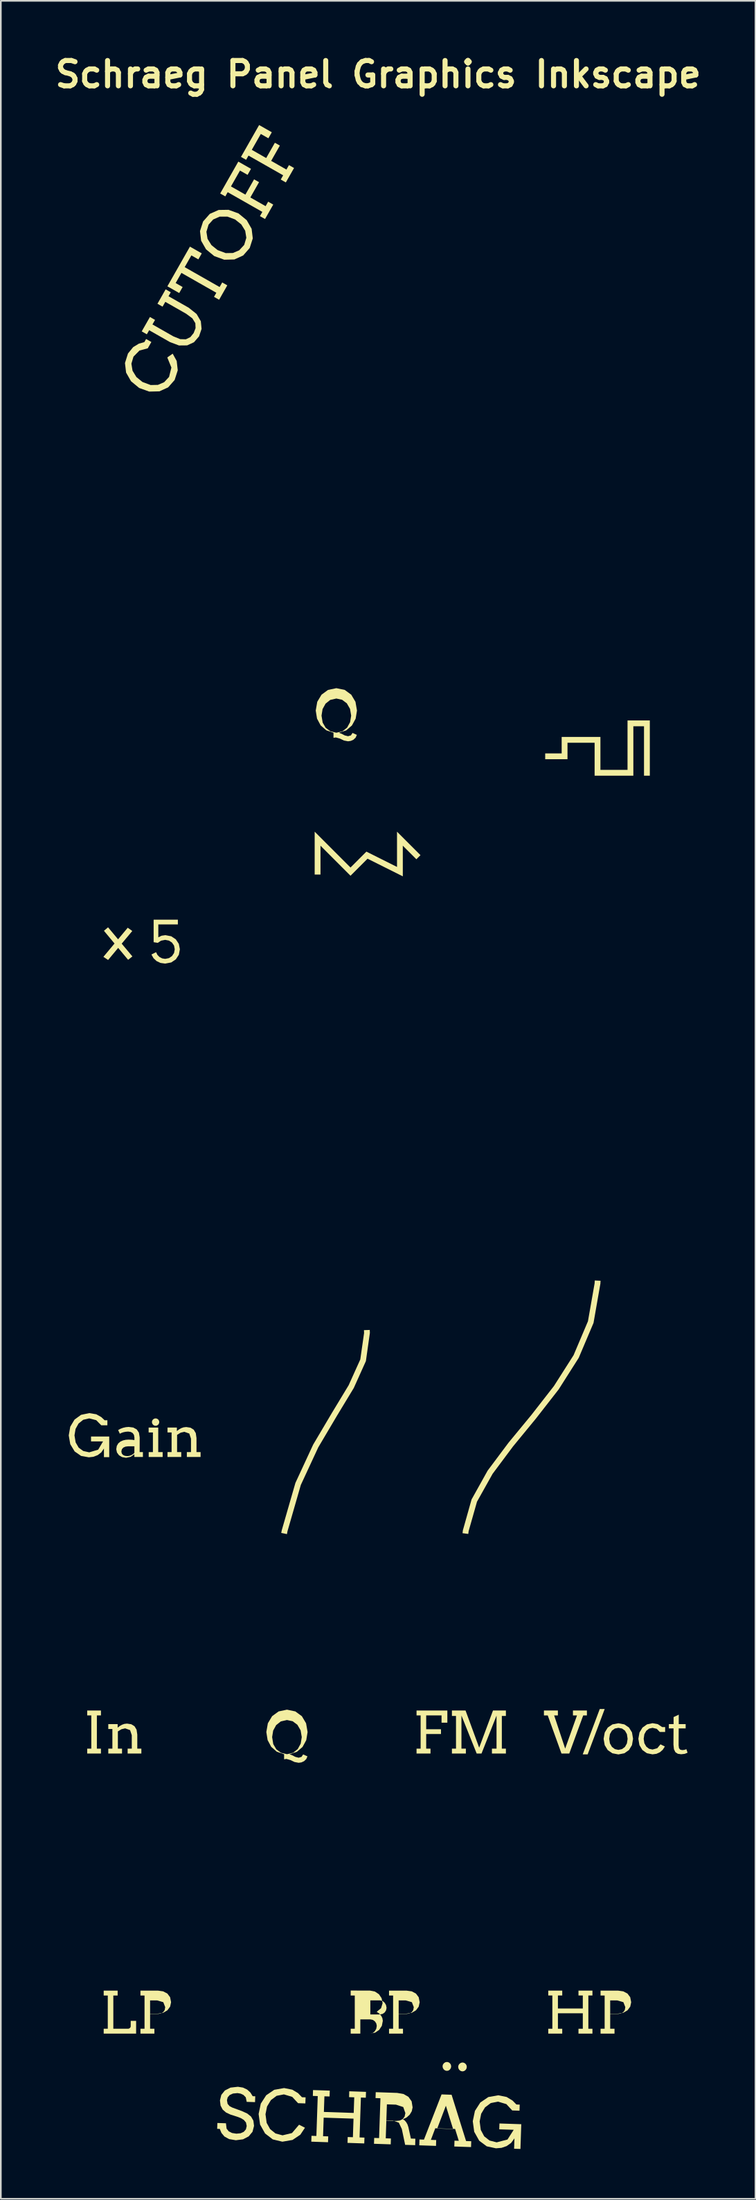
<source format=kicad_pcb>
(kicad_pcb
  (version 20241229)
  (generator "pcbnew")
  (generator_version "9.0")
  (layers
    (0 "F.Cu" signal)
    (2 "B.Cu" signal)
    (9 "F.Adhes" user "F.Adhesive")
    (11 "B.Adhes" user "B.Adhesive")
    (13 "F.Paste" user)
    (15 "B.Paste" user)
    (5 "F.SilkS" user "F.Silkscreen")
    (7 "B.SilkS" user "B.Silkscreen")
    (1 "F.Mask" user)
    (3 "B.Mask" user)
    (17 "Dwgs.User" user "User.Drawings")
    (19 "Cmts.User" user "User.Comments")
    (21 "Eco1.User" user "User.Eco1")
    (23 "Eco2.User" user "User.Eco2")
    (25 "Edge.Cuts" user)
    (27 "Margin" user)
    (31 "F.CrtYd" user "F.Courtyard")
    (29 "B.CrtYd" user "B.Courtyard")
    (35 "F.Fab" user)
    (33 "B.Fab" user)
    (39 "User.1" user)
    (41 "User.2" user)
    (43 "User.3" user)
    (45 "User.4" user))
  (footprint "Schraeg Panel Graphics Inkscape"
    (layer "F.Cu")
    (at 19.718 65.367)
    (property "Reference" "Schraeg Panel Graphics Inkscape" (at 0 -63.941 0) (layer "F.SilkS") (effects (font (size 1.524 1.524) (thickness 0.305))))
    (attr smd)
    (fp_poly (pts (xy 13.342 34.42) (xy 13.639 34.42) (xy 13.127 35.785) (xy 12.614 37.149) (xy 12.317 37.149) (xy 13.342 34.42)) (stroke (width 0) (type solid)) (fill yes) (layer "F.SilkS"))
    (fp_poly (pts (xy -17.517 34.511) (xy -16.69 34.511) (xy -16.69 34.806) (xy -16.936 34.806) (xy -16.936 36.806) (xy -16.69 36.806) (xy -16.69 37.1) (xy -17.517 37.1) (xy -17.517 36.806) (xy -17.271 36.806) (xy -17.271 34.806) (xy -17.517 34.806) (xy -17.517 34.511)) (stroke (width 0) (type solid)) (fill yes) (layer "F.SilkS"))
    (fp_poly (pts (xy -15.873 -11.642) (xy -16.51 -12.407) (xy -16.262 -12.617) (xy -15.659 -11.896) (xy -15.077 -12.593) (xy -14.804 -12.396) (xy -15.441 -11.633) (xy -14.797 -10.865) (xy -15.055 -10.661) (xy -15.653 -11.379) (xy -16.259 -10.651) (xy -16.542 -10.841) (xy -15.873 -11.642)) (stroke (width 0) (type solid)) (fill yes) (layer "F.SilkS"))
    (fp_poly (pts (xy 11.728 34.511) (xy 12.568 34.511) (xy 12.568 34.806) (xy 12.345 34.806) (xy 11.506 37.1) (xy 11.037 37.1) (xy 10.21 34.806) (xy 9.981 34.806) (xy 9.981 34.511) (xy 10.821 34.511) (xy 10.821 34.806) (xy 10.596 34.806) (xy 11.26 36.803) (xy 11.972 34.806) (xy 11.728 34.806) (xy 11.728 34.511)) (stroke (width 0) (type solid)) (fill yes) (layer "F.SilkS"))
    (fp_poly (pts (xy -9.883 -50.554) (xy -9.743 -50.8) (xy -11.845 -51.996) (xy -12.192 -51.385) (xy -11.772 -51.146) (xy -11.978 -50.784) (xy -12.69 -51.189) (xy -12.011 -52.383) (xy -11.332 -53.576) (xy -10.62 -53.17) (xy -10.826 -52.809) (xy -11.246 -53.048) (xy -11.648 -52.342) (xy -9.546 -51.146) (xy -9.389 -51.421) (xy -9.083 -51.247) (xy -9.576 -50.38) (xy -9.883 -50.554)) (stroke (width 0) (type solid)) (fill yes) (layer "F.SilkS"))
    (fp_poly (pts (xy -16.525 51.365) (xy -15.685 51.365) (xy -15.685 51.66) (xy -15.945 51.66) (xy -15.945 53.66) (xy -15.051 53.66) (xy -14.997 53.647) (xy -14.947 53.614) (xy -14.911 53.567) (xy -14.898 53.513) (xy -14.898 53.187) (xy -14.573 53.187) (xy -14.573 53.953) (xy -16.525 53.953) (xy -16.525 53.66) (xy -16.279 53.66) (xy -16.279 51.66) (xy -16.525 51.66) (xy -16.525 51.365)) (stroke (width 0) (type solid)) (fill yes) (layer "F.SilkS"))
    (fp_poly (pts (xy -9.511 -56.775) (xy -8.42 -58.692) (xy -7.656 -58.257) (xy -7.862 -57.895) (xy -8.318 -58.154) (xy -8.862 -57.199) (xy -7.994 -56.706) (xy -7.471 -57.625) (xy -7.172 -57.455) (xy -7.695 -56.535) (xy -6.776 -56.012) (xy -6.623 -56.281) (xy -6.317 -56.106) (xy -6.811 -55.238) (xy -7.118 -55.412) (xy -6.973 -55.666) (xy -9.059 -56.853) (xy -9.203 -56.599) (xy -9.511 -56.775)) (stroke (width 0) (type solid)) (fill yes) (layer "F.SilkS"))
    (fp_poly (pts (xy -8.259 -58.976) (xy -7.167 -60.893) (xy -6.403 -60.458) (xy -6.609 -60.096) (xy -7.065 -60.356) (xy -7.609 -59.401) (xy -6.742 -58.907) (xy -6.218 -59.827) (xy -5.919 -59.657) (xy -6.442 -58.737) (xy -5.523 -58.214) (xy -5.371 -58.482) (xy -5.064 -58.308) (xy -5.559 -57.439) (xy -5.865 -57.614) (xy -5.72 -57.868) (xy -7.806 -59.055) (xy -7.95 -58.801) (xy -8.259 -58.976)) (stroke (width 0) (type solid)) (fill yes) (layer "F.SilkS"))
    (fp_poly (pts (xy -3.822 -18.372) (xy -3.822 -15.968) (xy -3.822 -15.793) (xy -3.472 -15.793) (xy -3.472 -15.968) (xy -3.472 -17.528) (xy -1.665 -15.72) (xy -0.639 -16.746) (xy 1.484 -15.685) (xy 1.484 -17.528) (xy 2.178 -16.835) (xy 2.301 -16.711) (xy 2.549 -16.959) (xy 2.425 -17.082) (xy 1.135 -18.372) (xy 1.135 -16.25) (xy -0.708 -17.172) (xy -1.665 -16.215) (xy -3.822 -18.372)) (stroke (width 0) (type solid)) (fill yes) (layer "F.SilkS"))
    (fp_poly (pts (xy -0.506 11.61) (xy -0.854 11.623) (xy -0.848 11.799) (xy -1.076 13.386) (xy -1.776 14.936) (xy -2.781 16.596) (xy -3.913 18.509) (xy -4.982 20.815) (xy -5.801 23.654) (xy -5.836 23.826) (xy -5.492 23.895) (xy -5.459 23.723) (xy -4.657 20.94) (xy -3.606 18.676) (xy -2.484 16.781) (xy -1.466 15.101) (xy -0.738 13.484) (xy -0.498 11.785) (xy -0.506 11.61)) (stroke (width 0) (type solid)) (fill yes) (layer "F.SilkS"))
    (fp_poly (pts (xy 2.311 34.511) (xy 4.166 34.511) (xy 4.166 35.243) (xy 3.816 35.243) (xy 3.816 34.806) (xy 2.892 34.806) (xy 2.892 35.638) (xy 3.782 35.638) (xy 3.782 35.925) (xy 2.892 35.925) (xy 2.892 36.806) (xy 3.151 36.806) (xy 3.151 37.1) (xy 2.311 37.1) (xy 2.311 36.806) (xy 2.557 36.806) (xy 2.557 34.806) (xy 2.311 34.806) (xy 2.311 34.511)) (stroke (width 0) (type solid)) (fill yes) (layer "F.SilkS"))
    (fp_poly (pts (xy 13.041 8.635) (xy 13.031 8.809) (xy 12.631 11.088) (xy 11.766 13.128) (xy 10.582 14.986) (xy 9.226 16.725) (xy 7.844 18.401) (xy 6.591 20.076) (xy 5.624 21.81) (xy 5.101 23.666) (xy 5.08 23.84) (xy 5.425 23.885) (xy 5.449 23.711) (xy 5.95 21.947) (xy 6.89 20.269) (xy 8.12 18.621) (xy 9.496 16.947) (xy 10.867 15.19) (xy 12.076 13.289) (xy 12.967 11.187) (xy 13.38 8.826) (xy 13.39 8.651) (xy 13.041 8.635)) (stroke (width 0) (type solid)) (fill yes) (layer "F.SilkS"))
    (fp_poly (pts (xy 18.098 35.331) (xy 18.513 35.331) (xy 18.513 35.588) (xy 18.095 35.588) (xy 18.09 36.61) (xy 18.113 36.779) (xy 18.19 36.868) (xy 18.31 36.893) (xy 18.436 36.88) (xy 18.556 36.837) (xy 18.629 37.05) (xy 18.457 37.118) (xy 18.243 37.143) (xy 18.041 37.114) (xy 17.896 37.02) (xy 17.808 36.841) (xy 17.779 36.562) (xy 17.784 35.588) (xy 17.502 35.588) (xy 17.502 35.331) (xy 17.787 35.331) (xy 17.787 34.907) (xy 18.098 34.76) (xy 18.098 35.331)) (stroke (width 0) (type solid)) (fill yes) (layer "F.SilkS"))
    (fp_poly (pts (xy 15.014 -25.065) (xy 15.014 -22.091) (xy 13.382 -22.091) (xy 13.382 -24.073) (xy 12.215 -24.073) (xy 11.049 -24.073) (xy 11.049 -23.082) (xy 10.232 -23.082) (xy 10.057 -23.082) (xy 10.057 -22.732) (xy 10.232 -22.732) (xy 11.399 -22.732) (xy 11.399 -23.723) (xy 12.215 -23.723) (xy 13.032 -23.723) (xy 13.032 -21.741) (xy 15.364 -21.741) (xy 15.364 -24.715) (xy 16.006 -24.715) (xy 16.006 -21.916) (xy 16.006 -21.741) (xy 16.356 -21.741) (xy 16.356 -21.916) (xy 16.356 -25.065) (xy 15.014 -25.065)) (stroke (width 0) (type solid)) (fill yes) (layer "F.SilkS"))
    (fp_poly (pts (xy 4.441 36.806) (xy 4.687 36.806) (xy 4.687 34.837) (xy 4.441 34.837) (xy 4.441 34.511) (xy 5.261 34.511) (xy 6.082 36.746) (xy 6.914 34.511) (xy 7.691 34.511) (xy 7.691 34.837) (xy 7.446 34.837) (xy 7.446 36.806) (xy 7.691 36.806) (xy 7.691 37.1) (xy 6.85 37.1) (xy 6.85 36.806) (xy 7.127 36.806) (xy 7.127 34.818) (xy 6.222 37.1) (xy 5.932 37.1) (xy 5.015 34.813) (xy 5.015 36.806) (xy 5.281 36.806) (xy 5.281 37.1) (xy 4.441 37.1) (xy 4.441 36.806)) (stroke (width 0) (type solid)) (fill yes) (layer "F.SilkS"))
    (fp_poly (pts (xy -13.819 17.485) (xy -13.622 17.152) (xy -13.604 17.068) (xy -13.556 16.998) (xy -13.486 16.95) (xy -13.398 16.932) (xy -13.314 16.95) (xy -13.244 16.998) (xy -13.196 17.068) (xy -13.178 17.152) (xy -13.196 17.24) (xy -13.244 17.312) (xy -13.314 17.362) (xy -13.398 17.38) (xy -13.486 17.362) (xy -13.556 17.312) (xy -13.604 17.24) (xy -13.622 17.152) (xy -13.819 17.485) (xy -13.241 17.485) (xy -13.241 18.961) (xy -12.975 18.961) (xy -12.975 19.255) (xy -13.815 19.255) (xy -13.815 18.961) (xy -13.562 18.961) (xy -13.562 17.779) (xy -13.819 17.779) (xy -13.819 17.485)) (stroke (width 0) (type solid)) (fill yes) (layer "F.SilkS"))
    (fp_poly (pts (xy -1.74 57.423) (xy -0.732 57.458) (xy -0.744 57.81) (xy -1.039 57.8) (xy -1.12 60.2) (xy -0.825 60.21) (xy -0.837 60.562) (xy -1.845 60.528) (xy -1.833 60.176) (xy -1.521 60.187) (xy -1.484 59.07) (xy -3.28 59.01) (xy -3.317 60.126) (xy -3.006 60.136) (xy -3.018 60.489) (xy -4.026 60.455) (xy -4.014 60.102) (xy -3.719 60.112) (xy -3.638 57.712) (xy -3.933 57.702) (xy -3.921 57.35) (xy -2.913 57.384) (xy -2.925 57.736) (xy -3.236 57.726) (xy -3.268 58.666) (xy -1.472 58.726) (xy -1.44 57.786) (xy -1.751 57.776) (xy -1.74 57.423)) (stroke (width 0) (type solid)) (fill yes) (layer "F.SilkS"))
    (fp_poly (pts (xy 12.061 51.365) (xy 12.901 51.365) (xy 12.901 51.658) (xy 12.655 51.658) (xy 12.655 53.66) (xy 12.901 53.66) (xy 12.901 53.953) (xy 12.061 53.953) (xy 12.061 53.66) (xy 12.321 53.66) (xy 12.321 52.729) (xy 10.823 52.729) (xy 10.823 53.66) (xy 11.083 53.66) (xy 11.083 53.953) (xy 10.242 53.953) (xy 10.242 53.66) (xy 10.488 53.66) (xy 10.488 51.658) (xy 10.242 51.658) (xy 10.242 51.365) (xy 11.083 51.365) (xy 11.083 51.658) (xy 10.823 51.658) (xy 10.823 52.442) (xy 12.321 52.442) (xy 12.321 51.658) (xy 12.061 51.658) (xy 12.061 51.365)) (stroke (width 0) (type solid)) (fill yes) (layer "F.SilkS"))
    (fp_poly (pts (xy -14.312 51.365) (xy -13.731 51.955) (xy -13.731 52.77) (xy -13.265 52.77) (xy -13.087 52.743) (xy -12.947 52.666) (xy -12.854 52.538) (xy -12.821 52.36) (xy -12.937 52.062) (xy -13.308 51.955) (xy -13.731 51.955) (xy -14.312 51.365) (xy -13.265 51.365) (xy -12.945 51.41) (xy -12.692 51.543) (xy -12.527 51.762) (xy -12.468 52.065) (xy -12.526 52.332) (xy -12.69 52.551) (xy -12.943 52.7) (xy -13.272 52.755) (xy -13.731 52.755) (xy -13.731 53.66) (xy -13.472 53.66) (xy -13.472 53.953) (xy -14.312 53.953) (xy -14.312 53.66) (xy -14.066 53.66) (xy -14.066 51.66) (xy -14.312 51.66) (xy -14.312 51.365)) (stroke (width 0) (type solid)) (fill yes) (layer "F.SilkS"))
    (fp_poly (pts (xy -14.235 -48.476) (xy -13.741 -49.343) (xy -13.433 -49.167) (xy -13.589 -48.894) (xy -12.332 -48.178) (xy -11.917 -48.009) (xy -11.578 -48) (xy -11.31 -48.129) (xy -11.111 -48.372) (xy -10.993 -48.674) (xy -11.007 -48.97) (xy -11.185 -49.259) (xy -11.558 -49.537) (xy -12.815 -50.253) (xy -12.98 -49.964) (xy -13.288 -50.139) (xy -12.795 -51.006) (xy -12.487 -50.83) (xy -12.622 -50.592) (xy -11.404 -49.899) (xy -10.932 -49.523) (xy -10.677 -49.088) (xy -10.632 -48.627) (xy -10.784 -48.176) (xy -11.088 -47.824) (xy -11.5 -47.634) (xy -11.992 -47.629) (xy -12.537 -47.834) (xy -13.787 -48.546) (xy -13.927 -48.301) (xy -14.235 -48.476)) (stroke (width 0) (type solid)) (fill yes) (layer "F.SilkS"))
    (fp_poly (pts (xy -13.871 -47.458) (xy -14.368 -47.326) (xy -14.731 -46.957) (xy -14.857 -46.533) (xy -14.788 -46.109) (xy -14.555 -45.728) (xy -14.186 -45.429) (xy -13.696 -45.248) (xy -13.262 -45.257) (xy -12.885 -45.418) (xy -12.589 -45.737) (xy -12.449 -46.3) (xy -12.696 -46.908) (xy -12.371 -47.135) (xy -12.129 -46.696) (xy -12.066 -46.135) (xy -12.254 -45.551) (xy -12.644 -45.108) (xy -13.173 -44.868) (xy -13.785 -44.854) (xy -14.389 -45.072) (xy -14.88 -45.477) (xy -15.176 -45.996) (xy -15.244 -46.572) (xy -15.063 -47.145) (xy -14.751 -47.529) (xy -14.411 -47.736) (xy -14.078 -47.831) (xy -13.972 -48.018) (xy -13.655 -47.838) (xy -13.871 -47.458)) (stroke (width 0) (type solid)) (fill yes) (layer "F.SilkS"))
    (fp_poly (pts (xy -4.823 58.139) (xy -5.174 57.76) (xy -5.674 57.61) (xy -6.112 57.696) (xy -6.458 57.954) (xy -6.689 58.338) (xy -6.783 58.803) (xy -6.714 59.321) (xy -6.503 59.701) (xy -6.182 59.96) (xy -5.758 60.074) (xy -5.189 59.937) (xy -4.762 59.435) (xy -4.407 59.617) (xy -4.686 60.036) (xy -5.157 60.352) (xy -5.767 60.457) (xy -6.346 60.318) (xy -6.809 59.961) (xy -7.109 59.426) (xy -7.197 58.789) (xy -7.066 58.166) (xy -6.741 57.663) (xy -6.259 57.335) (xy -5.662 57.229) (xy -5.173 57.327) (xy -4.828 57.531) (xy -4.587 57.782) (xy -4.37 57.789) (xy -4.383 58.154) (xy -4.823 58.139)) (stroke (width 0) (type solid)) (fill yes) (layer "F.SilkS"))
    (fp_poly (pts (xy 0.655 51.365) (xy 1.235 51.955) (xy 1.235 52.77) (xy 1.701 52.77) (xy 1.88 52.743) (xy 2.02 52.666) (xy 2.112 52.538) (xy 2.145 52.36) (xy 2.029 52.062) (xy 1.659 51.955) (xy 1.235 51.955) (xy 0.655 51.365) (xy 1.701 51.365) (xy 2.022 51.41) (xy 2.274 51.543) (xy 2.44 51.762) (xy 2.499 52.065) (xy 2.441 52.332) (xy 2.277 52.551) (xy 2.023 52.7) (xy 1.695 52.755) (xy 1.235 52.755) (xy 1.235 53.66) (xy 1.495 53.66) (xy 1.495 53.953) (xy 0.655 53.953) (xy 0.655 53.66) (xy 0.9 53.66) (xy 0.9 51.66) (xy 0.655 51.66) (xy 0.655 51.365)) (stroke (width 0) (type solid)) (fill yes) (layer "F.SilkS"))
    (fp_poly (pts (xy 13.39 51.365) (xy 13.97 51.955) (xy 13.97 52.77) (xy 14.437 52.77) (xy 14.615 52.743) (xy 14.755 52.666) (xy 14.847 52.538) (xy 14.881 52.36) (xy 14.764 52.062) (xy 14.394 51.955) (xy 13.97 51.955) (xy 13.39 51.365) (xy 14.437 51.365) (xy 14.757 51.41) (xy 15.01 51.543) (xy 15.175 51.762) (xy 15.234 52.065) (xy 15.176 52.332) (xy 15.012 52.551) (xy 14.758 52.7) (xy 14.43 52.755) (xy 13.97 52.755) (xy 13.97 53.66) (xy 14.23 53.66) (xy 14.23 53.953) (xy 13.39 53.953) (xy 13.39 53.66) (xy 13.636 53.66) (xy 13.636 51.66) (xy 13.39 51.66) (xy 13.39 51.365)) (stroke (width 0) (type solid)) (fill yes) (layer "F.SilkS"))
    (fp_poly (pts (xy 16.957 35.802) (xy 16.775 35.614) (xy 16.52 35.554) (xy 16.312 35.6) (xy 16.142 35.732) (xy 16.027 35.939) (xy 15.986 36.212) (xy 16.027 36.48) (xy 16.143 36.684) (xy 16.313 36.814) (xy 16.52 36.859) (xy 16.805 36.78) (xy 16.998 36.546) (xy 17.261 36.676) (xy 17.135 36.873) (xy 16.965 37.021) (xy 16.757 37.116) (xy 16.517 37.149) (xy 16.176 37.08) (xy 15.906 36.886) (xy 15.729 36.589) (xy 15.666 36.212) (xy 15.733 35.834) (xy 15.915 35.538) (xy 16.187 35.344) (xy 16.52 35.274) (xy 16.837 35.332) (xy 17.099 35.508) (xy 17.278 35.508) (xy 17.278 35.802) (xy 16.957 35.802)) (stroke (width 0) (type solid)) (fill yes) (layer "F.SilkS"))
    (fp_poly (pts (xy -15.083 36.806) (xy -14.834 36.806) (xy -14.834 35.998) (xy -14.937 35.69) (xy -15.233 35.585) (xy -15.457 35.638) (xy -15.671 35.769) (xy -15.671 36.806) (xy -15.421 36.806) (xy -15.421 37.1) (xy -16.248 37.1) (xy -16.248 36.806) (xy -16.002 36.806) (xy -16.002 35.624) (xy -16.248 35.624) (xy -16.248 35.331) (xy -15.684 35.331) (xy -15.684 35.539) (xy -15.681 35.539) (xy -15.56 35.445) (xy -15.426 35.368) (xy -15.28 35.317) (xy -15.121 35.298) (xy -14.865 35.337) (xy -14.67 35.457) (xy -14.546 35.663) (xy -14.502 35.959) (xy -14.502 36.806) (xy -14.257 36.806) (xy -14.257 37.1) (xy -15.083 37.1) (xy -15.083 36.806)) (stroke (width 0) (type solid)) (fill yes) (layer "F.SilkS"))
    (fp_poly (pts (xy -11.518 18.961) (xy -11.269 18.961) (xy -11.269 18.153) (xy -11.372 17.845) (xy -11.669 17.74) (xy -11.892 17.793) (xy -12.106 17.924) (xy -12.106 18.961) (xy -11.856 18.961) (xy -11.856 19.255) (xy -12.683 19.255) (xy -12.683 18.961) (xy -12.437 18.961) (xy -12.437 17.779) (xy -12.683 17.779) (xy -12.683 17.485) (xy -12.119 17.485) (xy -12.119 17.694) (xy -12.116 17.694) (xy -11.996 17.6) (xy -11.862 17.523) (xy -11.716 17.472) (xy -11.556 17.453) (xy -11.3 17.492) (xy -11.105 17.612) (xy -10.981 17.818) (xy -10.938 18.114) (xy -10.938 18.961) (xy -10.692 18.961) (xy -10.692 19.255) (xy -11.518 19.255) (xy -11.518 18.961)) (stroke (width 0) (type solid)) (fill yes) (layer "F.SilkS"))
    (fp_poly (pts (xy -13.236 -12.014) (xy -13.04 -12.112) (xy -12.809 -12.145) (xy -12.457 -12.077) (xy -12.182 -11.893) (xy -12.002 -11.622) (xy -11.938 -11.295) (xy -12.001 -10.964) (xy -12.181 -10.69) (xy -12.46 -10.503) (xy -12.823 -10.434) (xy -13.106 -10.474) (xy -13.344 -10.587) (xy -13.527 -10.76) (xy -13.651 -10.981) (xy -13.371 -11.121) (xy -13.291 -10.959) (xy -13.166 -10.831) (xy -13.007 -10.748) (xy -12.823 -10.718) (xy -12.595 -10.763) (xy -12.412 -10.887) (xy -12.29 -11.07) (xy -12.246 -11.295) (xy -12.29 -11.519) (xy -12.413 -11.699) (xy -12.597 -11.818) (xy -12.823 -11.862) (xy -13.075 -11.813) (xy -13.267 -11.682) (xy -13.518 -11.722) (xy -13.518 -13.076) (xy -12.059 -13.076) (xy -12.059 -12.792) (xy -13.236 -12.792) (xy -13.236 -12.014)) (stroke (width 0) (type solid)) (fill yes) (layer "F.SilkS"))
    (fp_poly (pts (xy -16.51 19.265) (xy -16.51 18.746) (xy -16.672 18.981) (xy -16.889 19.145) (xy -17.144 19.243) (xy -17.42 19.275) (xy -17.886 19.191) (xy -18.273 18.922) (xy -18.538 18.485) (xy -18.629 17.957) (xy -18.538 17.434) (xy -18.282 17.006) (xy -17.889 16.719) (xy -17.395 16.615) (xy -16.972 16.685) (xy -16.67 16.854) (xy -16.469 17.045) (xy -16.303 17.045) (xy -16.303 17.349) (xy -16.67 17.349) (xy -16.974 17.041) (xy -17.396 16.932) (xy -17.757 17.016) (xy -18.037 17.241) (xy -18.219 17.567) (xy -18.284 17.957) (xy -18.213 18.379) (xy -18.03 18.695) (xy -17.756 18.895) (xy -17.395 18.975) (xy -16.857 18.815) (xy -16.563 18.317) (xy -17.287 18.317) (xy -17.287 18.023) (xy -16.192 18.023) (xy -16.192 19.265) (xy -16.51 19.265)) (stroke (width 0) (type solid)) (fill yes) (layer "F.SilkS"))
    (fp_poly (pts (xy -7.735 -53.492) (xy -8.066 -53.68) (xy -7.937 -54.11) (xy -8.006 -54.534) (xy -8.241 -54.913) (xy -8.614 -55.212) (xy -9.081 -55.383) (xy -9.542 -55.382) (xy -9.932 -55.21) (xy -10.21 -54.901) (xy -10.34 -54.47) (xy -10.272 -54.045) (xy -10.035 -53.665) (xy -9.663 -53.367) (xy -9.178 -53.187) (xy -8.745 -53.194) (xy -8.367 -53.355) (xy -8.066 -53.68) (xy -8.066 -53.68) (xy -7.735 -53.492) (xy -8.127 -53.044) (xy -8.657 -52.804) (xy -9.268 -52.789) (xy -9.868 -53.007) (xy -10.363 -53.414) (xy -10.659 -53.932) (xy -10.727 -54.509) (xy -10.541 -55.089) (xy -10.136 -55.548) (xy -9.605 -55.783) (xy -9.009 -55.792) (xy -8.408 -55.574) (xy -7.914 -55.168) (xy -7.618 -54.649) (xy -7.549 -54.072) (xy -7.735 -53.492) (xy -7.735 -53.492)) (stroke (width 0) (type solid)) (fill yes) (layer "F.SilkS"))
    (fp_poly (pts (xy 8.185 60.88) (xy 8.206 60.257) (xy 8.002 60.532) (xy 7.735 60.721) (xy 7.425 60.827) (xy 7.093 60.855) (xy 6.537 60.735) (xy 6.084 60.397) (xy 5.784 59.862) (xy 5.696 59.225) (xy 5.827 58.602) (xy 6.151 58.098) (xy 6.634 57.77) (xy 7.231 57.665) (xy 7.735 57.766) (xy 8.091 57.982) (xy 8.324 58.219) (xy 8.522 58.226) (xy 8.51 58.591) (xy 8.07 58.576) (xy 7.719 58.195) (xy 7.216 58.046) (xy 6.781 58.132) (xy 6.435 58.391) (xy 6.203 58.775) (xy 6.11 59.239) (xy 6.179 59.748) (xy 6.385 60.134) (xy 6.706 60.386) (xy 7.136 60.496) (xy 7.787 60.326) (xy 8.16 59.741) (xy 7.291 59.712) (xy 7.303 59.36) (xy 8.616 59.404) (xy 8.566 60.893) (xy 8.185 60.88)) (stroke (width 0) (type solid)) (fill yes) (layer "F.SilkS"))
    (fp_poly (pts (xy 13.574 36.215) (xy 13.911 36.215) (xy 13.954 36.49) (xy 14.074 36.699) (xy 14.25 36.833) (xy 14.462 36.88) (xy 14.682 36.833) (xy 14.858 36.701) (xy 14.976 36.492) (xy 15.019 36.215) (xy 14.976 35.93) (xy 14.859 35.722) (xy 14.683 35.595) (xy 14.462 35.553) (xy 14.25 35.595) (xy 14.074 35.722) (xy 13.954 35.93) (xy 13.911 36.215) (xy 13.911 36.215) (xy 13.574 36.215) (xy 13.642 35.833) (xy 13.825 35.536) (xy 14.105 35.346) (xy 14.462 35.279) (xy 14.822 35.346) (xy 15.101 35.535) (xy 15.282 35.829) (xy 15.347 36.212) (xy 15.282 36.592) (xy 15.101 36.89) (xy 14.822 37.084) (xy 14.462 37.153) (xy 14.1 37.084) (xy 13.822 36.892) (xy 13.641 36.596) (xy 13.574 36.215) (xy 13.574 36.215)) (stroke (width 0) (type solid)) (fill yes) (layer "F.SilkS"))
    (fp_poly (pts (xy -0.146 57.477) (xy 0.526 58.209) (xy 0.493 59.186) (xy 1.089 59.207) (xy 1.304 59.183) (xy 1.475 59.097) (xy 1.591 58.948) (xy 1.638 58.737) (xy 1.511 58.372) (xy 1.073 58.228) (xy 0.526 58.209) (xy -0.146 57.477) (xy 1.146 57.521) (xy 1.526 57.588) (xy 1.824 57.758) (xy 2.015 58.028) (xy 2.074 58.393) (xy 2.024 58.622) (xy 1.901 58.829) (xy 1.718 58.996) (xy 1.49 59.105) (xy 1.592 59.173) (xy 1.686 59.279) (xy 1.766 59.419) (xy 1.821 59.586) (xy 1.97 60.268) (xy 2.238 60.277) (xy 2.229 60.666) (xy 1.625 60.646) (xy 1.425 59.694) (xy 1.245 59.313) (xy 0.893 59.181) (xy 0.494 59.168) (xy 0.457 60.253) (xy 0.768 60.264) (xy 0.757 60.616) (xy -0.251 60.582) (xy -0.239 60.23) (xy 0.056 60.24) (xy 0.137 57.842) (xy -0.158 57.832) (xy -0.146 57.477)) (stroke (width 0) (type solid)) (fill yes) (layer "F.SilkS"))
    (fp_poly (pts (xy -1.654 53.66) (xy -1.408 53.66) (xy -1.074 53.096) (xy -1.074 53.953) (xy -0.471 53.953) (xy -0.319 53.912) (xy -0.196 53.805) (xy -0.113 53.656) (xy -0.083 53.485) (xy -0.114 53.34) (xy -0.197 53.215) (xy -0.32 53.128) (xy -0.471 53.096) (xy -1.074 53.096) (xy -1.408 53.66) (xy -0.471 51.953) (xy -0.471 52.799) (xy 0.117 52.799) (xy 0.27 52.766) (xy 0.393 52.679) (xy 0.475 52.553) (xy 0.506 52.404) (xy 0.475 52.239) (xy 0.392 52.095) (xy 0.268 51.992) (xy 0.117 51.953) (xy -0.471 51.953) (xy -1.408 53.66) (xy -1.408 51.66) (xy -1.654 51.66) (xy -1.654 51.361) (xy -0.49 51.364) (xy -0.194 51.423) (xy 0.047 51.584) (xy 0.208 51.823) (xy 0.267 52.121) (xy 0.175 52.423) (xy -0.088 52.641) (xy 0.064 52.745) (xy 0.18 52.874) (xy 0.254 53.022) (xy 0.281 53.183) (xy 0.222 53.485) (xy 0.06 53.729) (xy -0.18 53.893) (xy -0.474 53.953) (xy -1.654 53.953) (xy -1.654 53.66)) (stroke (width 0) (type solid)) (fill yes) (layer "F.SilkS"))
    (fp_poly (pts (xy -2.689 -24.326) (xy -2.517 -24.327) (xy -2.149 -24.411) (xy -1.868 -24.636) (xy -1.689 -24.963) (xy -1.625 -25.355) (xy -1.695 -25.763) (xy -1.888 -26.097) (xy -2.172 -26.309) (xy -2.517 -26.384) (xy -2.886 -26.3) (xy -3.167 -26.075) (xy -3.347 -25.747) (xy -3.41 -25.355) (xy -3.341 -24.934) (xy -3.157 -24.62) (xy -2.873 -24.411) (xy -2.517 -24.327) (xy -2.689 -24.326) (xy -3.126 -24.474) (xy -3.464 -24.769) (xy -3.681 -25.176) (xy -3.758 -25.661) (xy -3.667 -26.187) (xy -3.411 -26.615) (xy -3.018 -26.902) (xy -2.517 -27.007) (xy -2.013 -26.902) (xy -1.62 -26.615) (xy -1.366 -26.187) (xy -1.275 -25.661) (xy -1.355 -25.172) (xy -1.578 -24.764) (xy -1.921 -24.469) (xy -2.361 -24.324) (xy -2.184 -24.256) (xy -2.016 -24.166) (xy -1.815 -24.116) (xy -1.642 -24.164) (xy -1.542 -24.314) (xy -1.282 -24.196) (xy -1.358 -24.028) (xy -1.488 -23.906) (xy -1.648 -23.834) (xy -1.815 -23.81) (xy -2.062 -23.858) (xy -2.303 -23.974) (xy -2.546 -24.042) (xy -2.689 -24.02) (xy -2.689 -24.326)) (stroke (width 0) (type solid)) (fill yes) (layer "F.SilkS"))
    (fp_poly (pts (xy -5.663 37.141) (xy -5.847 37.055) (xy -5.491 37.139) (xy -5.491 37.139) (xy -5.123 37.055) (xy -4.842 36.831) (xy -4.663 36.504) (xy -4.6 36.111) (xy -4.669 35.704) (xy -4.863 35.37) (xy -5.146 35.157) (xy -5.491 35.083) (xy -5.86 35.167) (xy -6.142 35.391) (xy -6.321 35.719) (xy -6.384 36.111) (xy -6.315 36.533) (xy -6.131 36.846) (xy -5.847 37.055) (xy -5.663 37.141) (xy -6.1 36.992) (xy -6.438 36.698) (xy -6.656 36.29) (xy -6.733 35.805) (xy -6.641 35.279) (xy -6.385 34.852) (xy -5.992 34.565) (xy -5.491 34.46) (xy -4.987 34.565) (xy -4.594 34.852) (xy -4.34 35.279) (xy -4.249 35.805) (xy -4.329 36.295) (xy -4.552 36.703) (xy -4.895 36.997) (xy -5.336 37.142) (xy -5.158 37.211) (xy -4.991 37.3) (xy -4.789 37.351) (xy -4.616 37.302) (xy -4.516 37.153) (xy -4.256 37.271) (xy -4.332 37.439) (xy -4.462 37.56) (xy -4.622 37.633) (xy -4.789 37.656) (xy -5.036 37.609) (xy -5.278 37.493) (xy -5.52 37.424) (xy -5.663 37.446) (xy -5.663 37.141)) (stroke (width 0) (type solid)) (fill yes) (layer "F.SilkS"))
    (fp_poly (pts (xy -14.678 19.091) (xy -14.982 19.187) (xy -14.862 19.145) (xy -14.758 19.083) (xy -14.678 19.011) (xy -14.676 18.611) (xy -15.045 18.611) (xy -15.213 18.632) (xy -15.344 18.691) (xy -15.431 18.789) (xy -15.461 18.922) (xy -15.436 19.044) (xy -15.363 19.131) (xy -15.251 19.184) (xy -15.108 19.202) (xy -15.108 19.202) (xy -14.982 19.187) (xy -14.678 19.091) (xy -14.9 19.244) (xy -15.178 19.304) (xy -15.416 19.263) (xy -15.603 19.151) (xy -15.725 18.987) (xy -15.769 18.787) (xy -15.735 18.587) (xy -15.647 18.436) (xy -15.517 18.328) (xy -15.361 18.258) (xy -15.196 18.221) (xy -15.034 18.21) (xy -14.828 18.218) (xy -14.676 18.239) (xy -14.674 18.094) (xy -14.701 17.931) (xy -14.778 17.816) (xy -14.897 17.749) (xy -15.052 17.726) (xy -15.205 17.738) (xy -15.343 17.767) (xy -15.461 17.808) (xy -15.552 17.856) (xy -15.656 17.636) (xy -15.518 17.56) (xy -15.36 17.5) (xy -15.191 17.461) (xy -15.021 17.446) (xy -14.744 17.483) (xy -14.536 17.597) (xy -14.404 17.792) (xy -14.358 18.077) (xy -14.36 18.961) (xy -14.164 18.961) (xy -14.164 19.255) (xy -14.678 19.255) (xy -14.678 19.091)) (stroke (width 0) (type solid)) (fill yes) (layer "F.SilkS"))
    (fp_poly (pts (xy -7.914 58.059) (xy -7.971 57.787) (xy -8.111 57.644) (xy -8.281 57.564) (xy -8.469 57.532) (xy -8.742 57.559) (xy -8.939 57.649) (xy -9.06 57.789) (xy -9.104 57.96) (xy -9.064 58.179) (xy -8.946 58.317) (xy -8.786 58.401) (xy -8.617 58.464) (xy -8.208 58.613) (xy -7.884 58.76) (xy -7.651 58.947) (xy -7.513 59.19) (xy -7.473 59.505) (xy -7.564 59.859) (xy -7.794 60.136) (xy -8.137 60.314) (xy -8.569 60.369) (xy -8.976 60.3) (xy -9.257 60.145) (xy -9.435 59.931) (xy -9.536 59.688) (xy -9.692 59.683) (xy -9.68 59.331) (xy -9.164 59.348) (xy -9.126 59.671) (xy -8.997 59.832) (xy -8.796 59.934) (xy -8.535 59.974) (xy -8.283 59.95) (xy -8.089 59.861) (xy -7.963 59.714) (xy -7.914 59.513) (xy -7.959 59.3) (xy -8.088 59.147) (xy -8.264 59.04) (xy -8.449 58.966) (xy -8.894 58.824) (xy -9.159 58.7) (xy -9.362 58.523) (xy -9.488 58.284) (xy -9.525 57.972) (xy -9.444 57.641) (xy -9.23 57.375) (xy -8.893 57.203) (xy -8.443 57.152) (xy -8.139 57.201) (xy -7.888 57.319) (xy -7.693 57.496) (xy -7.554 57.719) (xy -7.401 57.724) (xy -7.413 58.076) (xy -7.914 58.059)) (stroke (width 0) (type solid)) (fill yes) (layer "F.SilkS"))
    (fp_poly (pts (xy 4.596 60.394) (xy 3.555 59.665) (xy 4.513 59.698) (xy 4.077 58.293) (xy 3.555 59.665) (xy 4.596 60.394) (xy 4.854 60.403) (xy 4.632 59.69) (xy 3.438 59.649) (xy 3.175 60.346) (xy 3.494 60.357) (xy 3.483 60.709) (xy 2.475 60.675) (xy 2.487 60.322) (xy 3.876 55.914) (xy 3.901 55.813) (xy 3.962 55.731) (xy 4.047 55.676) (xy 4.15 55.658) (xy 4.247 55.683) (xy 4.327 55.743) (xy 4.38 55.829) (xy 4.397 55.931) (xy 4.373 56.035) (xy 4.314 56.12) (xy 4.231 56.177) (xy 4.132 56.195) (xy 4.031 56.17) (xy 3.949 56.108) (xy 3.895 56.019) (xy 3.877 55.914) (xy 3.876 55.914) (xy 2.487 60.322) (xy 2.757 60.331) (xy 3.287 58.971) (xy 3.817 57.611) (xy 4.841 55.845) (xy 4.902 55.763) (xy 4.988 55.708) (xy 5.09 55.69) (xy 5.186 55.715) (xy 5.266 55.775) (xy 5.32 55.861) (xy 5.337 55.963) (xy 5.313 56.067) (xy 5.253 56.152) (xy 5.17 56.208) (xy 5.072 56.227) (xy 4.971 56.202) (xy 4.889 56.14) (xy 4.835 56.051) (xy 4.817 55.945) (xy 4.817 55.945) (xy 4.841 55.845) (xy 3.817 57.611) (xy 4.421 57.632) (xy 4.857 59.025) (xy 5.293 60.417) (xy 5.604 60.428) (xy 5.592 60.78) (xy 4.584 60.746) (xy 4.596 60.394)) (stroke (width 0) (type solid)) (fill yes) (layer "F.SilkS")))
  (gr_rect
    (start -3 -3)
    (end 42.435 129.26)
    (stroke (width 0.1) (type default))
    (fill no)
    (layer "Edge.Cuts")))
</source>
